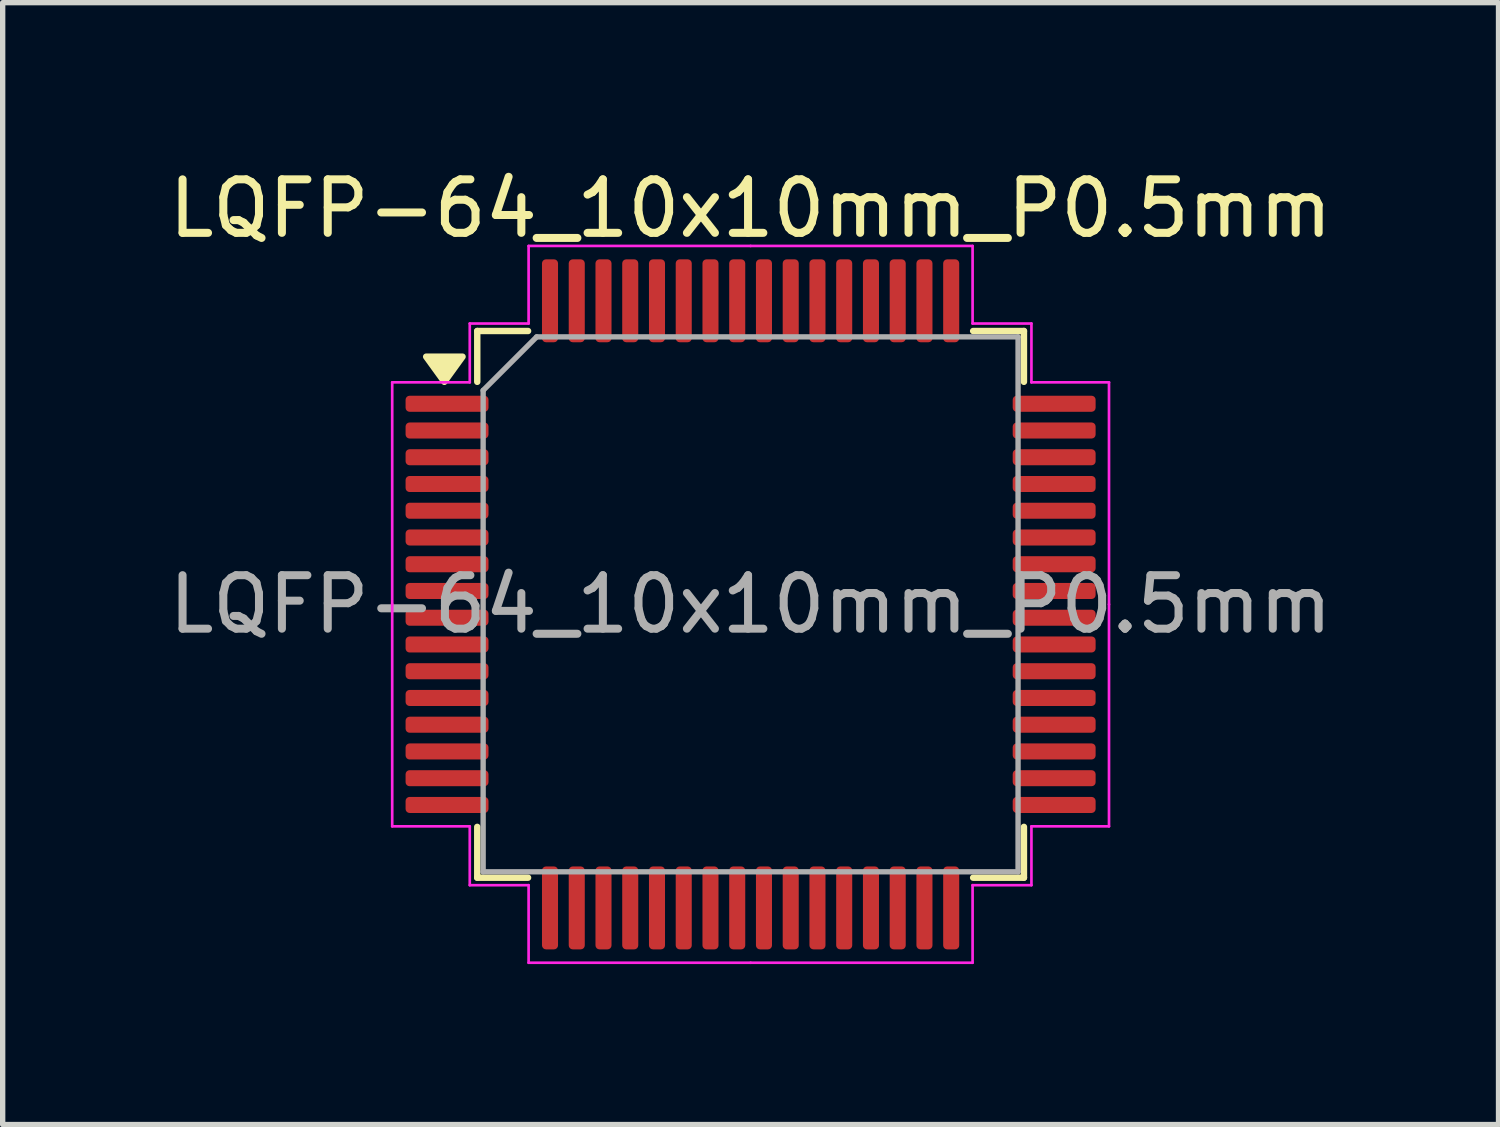
<source format=kicad_pcb>
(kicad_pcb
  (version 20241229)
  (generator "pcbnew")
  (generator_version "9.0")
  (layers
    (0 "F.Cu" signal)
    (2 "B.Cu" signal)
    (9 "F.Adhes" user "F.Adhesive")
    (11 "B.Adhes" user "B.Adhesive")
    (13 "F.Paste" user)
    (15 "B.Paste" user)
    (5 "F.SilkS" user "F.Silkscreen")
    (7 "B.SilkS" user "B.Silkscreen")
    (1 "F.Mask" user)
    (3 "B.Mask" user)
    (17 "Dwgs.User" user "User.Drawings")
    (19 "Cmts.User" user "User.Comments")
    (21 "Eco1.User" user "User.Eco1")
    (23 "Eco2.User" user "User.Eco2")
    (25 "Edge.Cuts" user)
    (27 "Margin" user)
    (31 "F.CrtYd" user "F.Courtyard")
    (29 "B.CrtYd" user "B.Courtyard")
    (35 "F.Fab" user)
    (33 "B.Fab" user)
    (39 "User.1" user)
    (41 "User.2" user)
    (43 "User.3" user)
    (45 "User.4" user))
  (footprint "LQFP-64_10x10mm_P0.5mm"
    (layer "F.Cu")
    (at 10.982 8.248)
    (property "Reference" "LQFP-64_10x10mm_P0.5mm" (at 0 -7.4 0) (layer "F.SilkS") (effects (font (size 1 1) (thickness 0.15))))
    (attr smd)
    (fp_line (start -5.11 -5.11) (end -5.11 -4.16) (stroke (width 0.12) (type solid)) (layer "F.SilkS"))
    (fp_line (start -5.11 5.11) (end -5.11 4.16) (stroke (width 0.12) (type solid)) (layer "F.SilkS"))
    (fp_line (start -4.16 -5.11) (end -5.11 -5.11) (stroke (width 0.12) (type solid)) (layer "F.SilkS"))
    (fp_line (start -4.16 5.11) (end -5.11 5.11) (stroke (width 0.12) (type solid)) (layer "F.SilkS"))
    (fp_line (start 4.16 -5.11) (end 5.11 -5.11) (stroke (width 0.12) (type solid)) (layer "F.SilkS"))
    (fp_line (start 4.16 5.11) (end 5.11 5.11) (stroke (width 0.12) (type solid)) (layer "F.SilkS"))
    (fp_line (start 5.11 -5.11) (end 5.11 -4.16) (stroke (width 0.12) (type solid)) (layer "F.SilkS"))
    (fp_line (start 5.11 5.11) (end 5.11 4.16) (stroke (width 0.12) (type solid)) (layer "F.SilkS"))
    (fp_poly (pts (xy -5.725 -4.16) (xy -6.065 -4.63) (xy -5.385 -4.63) (xy -5.725 -4.16)) (stroke (width 0.12) (type solid)) (fill yes) (layer "F.SilkS"))
    (fp_line (start -6.7 -4.15) (end -6.7 0) (stroke (width 0.05) (type solid)) (layer "F.CrtYd"))
    (fp_line (start -6.7 4.15) (end -6.7 0) (stroke (width 0.05) (type solid)) (layer "F.CrtYd"))
    (fp_line (start -5.25 -5.25) (end -5.25 -4.15) (stroke (width 0.05) (type solid)) (layer "F.CrtYd"))
    (fp_line (start -5.25 -4.15) (end -6.7 -4.15) (stroke (width 0.05) (type solid)) (layer "F.CrtYd"))
    (fp_line (start -5.25 4.15) (end -6.7 4.15) (stroke (width 0.05) (type solid)) (layer "F.CrtYd"))
    (fp_line (start -5.25 5.25) (end -5.25 4.15) (stroke (width 0.05) (type solid)) (layer "F.CrtYd"))
    (fp_line (start -4.15 -6.7) (end -4.15 -5.25) (stroke (width 0.05) (type solid)) (layer "F.CrtYd"))
    (fp_line (start -4.15 -5.25) (end -5.25 -5.25) (stroke (width 0.05) (type solid)) (layer "F.CrtYd"))
    (fp_line (start -4.15 5.25) (end -5.25 5.25) (stroke (width 0.05) (type solid)) (layer "F.CrtYd"))
    (fp_line (start -4.15 6.7) (end -4.15 5.25) (stroke (width 0.05) (type solid)) (layer "F.CrtYd"))
    (fp_line (start 0 -6.7) (end -4.15 -6.7) (stroke (width 0.05) (type solid)) (layer "F.CrtYd"))
    (fp_line (start 0 -6.7) (end 4.15 -6.7) (stroke (width 0.05) (type solid)) (layer "F.CrtYd"))
    (fp_line (start 0 6.7) (end -4.15 6.7) (stroke (width 0.05) (type solid)) (layer "F.CrtYd"))
    (fp_line (start 0 6.7) (end 4.15 6.7) (stroke (width 0.05) (type solid)) (layer "F.CrtYd"))
    (fp_line (start 4.15 -6.7) (end 4.15 -5.25) (stroke (width 0.05) (type solid)) (layer "F.CrtYd"))
    (fp_line (start 4.15 -5.25) (end 5.25 -5.25) (stroke (width 0.05) (type solid)) (layer "F.CrtYd"))
    (fp_line (start 4.15 5.25) (end 5.25 5.25) (stroke (width 0.05) (type solid)) (layer "F.CrtYd"))
    (fp_line (start 4.15 6.7) (end 4.15 5.25) (stroke (width 0.05) (type solid)) (layer "F.CrtYd"))
    (fp_line (start 5.25 -5.25) (end 5.25 -4.15) (stroke (width 0.05) (type solid)) (layer "F.CrtYd"))
    (fp_line (start 5.25 -4.15) (end 6.7 -4.15) (stroke (width 0.05) (type solid)) (layer "F.CrtYd"))
    (fp_line (start 5.25 4.15) (end 6.7 4.15) (stroke (width 0.05) (type solid)) (layer "F.CrtYd"))
    (fp_line (start 5.25 5.25) (end 5.25 4.15) (stroke (width 0.05) (type solid)) (layer "F.CrtYd"))
    (fp_line (start 6.7 -4.15) (end 6.7 0) (stroke (width 0.05) (type solid)) (layer "F.CrtYd"))
    (fp_line (start 6.7 4.15) (end 6.7 0) (stroke (width 0.05) (type solid)) (layer "F.CrtYd"))
    (fp_line (start -5 -4) (end -4 -5) (stroke (width 0.1) (type solid)) (layer "F.Fab"))
    (fp_line (start -5 5) (end -5 -4) (stroke (width 0.1) (type solid)) (layer "F.Fab"))
    (fp_line (start -4 -5) (end 5 -5) (stroke (width 0.1) (type solid)) (layer "F.Fab"))
    (fp_line (start 5 -5) (end 5 5) (stroke (width 0.1) (type solid)) (layer "F.Fab"))
    (fp_line (start 5 5) (end -5 5) (stroke (width 0.1) (type solid)) (layer "F.Fab"))
    (fp_text user "${REFERENCE}" (at 0 0 0) (layer "F.Fab") (effects (font (size 1 1) (thickness 0.15))))
    (pad "1" smd roundrect (at -5.675 -3.75) (size 1.55 0.3) (layers "F.Cu" "F.Mask" "F.Paste") (roundrect_rratio 0.25))
    (pad "2" smd roundrect (at -5.675 -3.25) (size 1.55 0.3) (layers "F.Cu" "F.Mask" "F.Paste") (roundrect_rratio 0.25))
    (pad "3" smd roundrect (at -5.675 -2.75) (size 1.55 0.3) (layers "F.Cu" "F.Mask" "F.Paste") (roundrect_rratio 0.25))
    (pad "4" smd roundrect (at -5.675 -2.25) (size 1.55 0.3) (layers "F.Cu" "F.Mask" "F.Paste") (roundrect_rratio 0.25))
    (pad "5" smd roundrect (at -5.675 -1.75) (size 1.55 0.3) (layers "F.Cu" "F.Mask" "F.Paste") (roundrect_rratio 0.25))
    (pad "6" smd roundrect (at -5.675 -1.25) (size 1.55 0.3) (layers "F.Cu" "F.Mask" "F.Paste") (roundrect_rratio 0.25))
    (pad "7" smd roundrect (at -5.675 -0.75) (size 1.55 0.3) (layers "F.Cu" "F.Mask" "F.Paste") (roundrect_rratio 0.25))
    (pad "8" smd roundrect (at -5.675 -0.25) (size 1.55 0.3) (layers "F.Cu" "F.Mask" "F.Paste") (roundrect_rratio 0.25))
    (pad "9" smd roundrect (at -5.675 0.25) (size 1.55 0.3) (layers "F.Cu" "F.Mask" "F.Paste") (roundrect_rratio 0.25))
    (pad "10" smd roundrect (at -5.675 0.75) (size 1.55 0.3) (layers "F.Cu" "F.Mask" "F.Paste") (roundrect_rratio 0.25))
    (pad "11" smd roundrect (at -5.675 1.25) (size 1.55 0.3) (layers "F.Cu" "F.Mask" "F.Paste") (roundrect_rratio 0.25))
    (pad "12" smd roundrect (at -5.675 1.75) (size 1.55 0.3) (layers "F.Cu" "F.Mask" "F.Paste") (roundrect_rratio 0.25))
    (pad "13" smd roundrect (at -5.675 2.25) (size 1.55 0.3) (layers "F.Cu" "F.Mask" "F.Paste") (roundrect_rratio 0.25))
    (pad "14" smd roundrect (at -5.675 2.75) (size 1.55 0.3) (layers "F.Cu" "F.Mask" "F.Paste") (roundrect_rratio 0.25))
    (pad "15" smd roundrect (at -5.675 3.25) (size 1.55 0.3) (layers "F.Cu" "F.Mask" "F.Paste") (roundrect_rratio 0.25))
    (pad "16" smd roundrect (at -5.675 3.75) (size 1.55 0.3) (layers "F.Cu" "F.Mask" "F.Paste") (roundrect_rratio 0.25))
    (pad "17" smd roundrect (at -3.75 5.675) (size 0.3 1.55) (layers "F.Cu" "F.Mask" "F.Paste") (roundrect_rratio 0.25))
    (pad "18" smd roundrect (at -3.25 5.675) (size 0.3 1.55) (layers "F.Cu" "F.Mask" "F.Paste") (roundrect_rratio 0.25))
    (pad "19" smd roundrect (at -2.75 5.675) (size 0.3 1.55) (layers "F.Cu" "F.Mask" "F.Paste") (roundrect_rratio 0.25))
    (pad "20" smd roundrect (at -2.25 5.675) (size 0.3 1.55) (layers "F.Cu" "F.Mask" "F.Paste") (roundrect_rratio 0.25))
    (pad "21" smd roundrect (at -1.75 5.675) (size 0.3 1.55) (layers "F.Cu" "F.Mask" "F.Paste") (roundrect_rratio 0.25))
    (pad "22" smd roundrect (at -1.25 5.675) (size 0.3 1.55) (layers "F.Cu" "F.Mask" "F.Paste") (roundrect_rratio 0.25))
    (pad "23" smd roundrect (at -0.75 5.675) (size 0.3 1.55) (layers "F.Cu" "F.Mask" "F.Paste") (roundrect_rratio 0.25))
    (pad "24" smd roundrect (at -0.25 5.675) (size 0.3 1.55) (layers "F.Cu" "F.Mask" "F.Paste") (roundrect_rratio 0.25))
    (pad "25" smd roundrect (at 0.25 5.675) (size 0.3 1.55) (layers "F.Cu" "F.Mask" "F.Paste") (roundrect_rratio 0.25))
    (pad "26" smd roundrect (at 0.75 5.675) (size 0.3 1.55) (layers "F.Cu" "F.Mask" "F.Paste") (roundrect_rratio 0.25))
    (pad "27" smd roundrect (at 1.25 5.675) (size 0.3 1.55) (layers "F.Cu" "F.Mask" "F.Paste") (roundrect_rratio 0.25))
    (pad "28" smd roundrect (at 1.75 5.675) (size 0.3 1.55) (layers "F.Cu" "F.Mask" "F.Paste") (roundrect_rratio 0.25))
    (pad "29" smd roundrect (at 2.25 5.675) (size 0.3 1.55) (layers "F.Cu" "F.Mask" "F.Paste") (roundrect_rratio 0.25))
    (pad "30" smd roundrect (at 2.75 5.675) (size 0.3 1.55) (layers "F.Cu" "F.Mask" "F.Paste") (roundrect_rratio 0.25))
    (pad "31" smd roundrect (at 3.25 5.675) (size 0.3 1.55) (layers "F.Cu" "F.Mask" "F.Paste") (roundrect_rratio 0.25))
    (pad "32" smd roundrect (at 3.75 5.675) (size 0.3 1.55) (layers "F.Cu" "F.Mask" "F.Paste") (roundrect_rratio 0.25))
    (pad "33" smd roundrect (at 5.675 3.75) (size 1.55 0.3) (layers "F.Cu" "F.Mask" "F.Paste") (roundrect_rratio 0.25))
    (pad "34" smd roundrect (at 5.675 3.25) (size 1.55 0.3) (layers "F.Cu" "F.Mask" "F.Paste") (roundrect_rratio 0.25))
    (pad "35" smd roundrect (at 5.675 2.75) (size 1.55 0.3) (layers "F.Cu" "F.Mask" "F.Paste") (roundrect_rratio 0.25))
    (pad "36" smd roundrect (at 5.675 2.25) (size 1.55 0.3) (layers "F.Cu" "F.Mask" "F.Paste") (roundrect_rratio 0.25))
    (pad "37" smd roundrect (at 5.675 1.75) (size 1.55 0.3) (layers "F.Cu" "F.Mask" "F.Paste") (roundrect_rratio 0.25))
    (pad "38" smd roundrect (at 5.675 1.25) (size 1.55 0.3) (layers "F.Cu" "F.Mask" "F.Paste") (roundrect_rratio 0.25))
    (pad "39" smd roundrect (at 5.675 0.75) (size 1.55 0.3) (layers "F.Cu" "F.Mask" "F.Paste") (roundrect_rratio 0.25))
    (pad "40" smd roundrect (at 5.675 0.25) (size 1.55 0.3) (layers "F.Cu" "F.Mask" "F.Paste") (roundrect_rratio 0.25))
    (pad "41" smd roundrect (at 5.675 -0.25) (size 1.55 0.3) (layers "F.Cu" "F.Mask" "F.Paste") (roundrect_rratio 0.25))
    (pad "42" smd roundrect (at 5.675 -0.75) (size 1.55 0.3) (layers "F.Cu" "F.Mask" "F.Paste") (roundrect_rratio 0.25))
    (pad "43" smd roundrect (at 5.675 -1.25) (size 1.55 0.3) (layers "F.Cu" "F.Mask" "F.Paste") (roundrect_rratio 0.25))
    (pad "44" smd roundrect (at 5.675 -1.75) (size 1.55 0.3) (layers "F.Cu" "F.Mask" "F.Paste") (roundrect_rratio 0.25))
    (pad "45" smd roundrect (at 5.675 -2.25) (size 1.55 0.3) (layers "F.Cu" "F.Mask" "F.Paste") (roundrect_rratio 0.25))
    (pad "46" smd roundrect (at 5.675 -2.75) (size 1.55 0.3) (layers "F.Cu" "F.Mask" "F.Paste") (roundrect_rratio 0.25))
    (pad "47" smd roundrect (at 5.675 -3.25) (size 1.55 0.3) (layers "F.Cu" "F.Mask" "F.Paste") (roundrect_rratio 0.25))
    (pad "48" smd roundrect (at 5.675 -3.75) (size 1.55 0.3) (layers "F.Cu" "F.Mask" "F.Paste") (roundrect_rratio 0.25))
    (pad "49" smd roundrect (at 3.75 -5.675) (size 0.3 1.55) (layers "F.Cu" "F.Mask" "F.Paste") (roundrect_rratio 0.25))
    (pad "50" smd roundrect (at 3.25 -5.675) (size 0.3 1.55) (layers "F.Cu" "F.Mask" "F.Paste") (roundrect_rratio 0.25))
    (pad "51" smd roundrect (at 2.75 -5.675) (size 0.3 1.55) (layers "F.Cu" "F.Mask" "F.Paste") (roundrect_rratio 0.25))
    (pad "52" smd roundrect (at 2.25 -5.675) (size 0.3 1.55) (layers "F.Cu" "F.Mask" "F.Paste") (roundrect_rratio 0.25))
    (pad "53" smd roundrect (at 1.75 -5.675) (size 0.3 1.55) (layers "F.Cu" "F.Mask" "F.Paste") (roundrect_rratio 0.25))
    (pad "54" smd roundrect (at 1.25 -5.675) (size 0.3 1.55) (layers "F.Cu" "F.Mask" "F.Paste") (roundrect_rratio 0.25))
    (pad "55" smd roundrect (at 0.75 -5.675) (size 0.3 1.55) (layers "F.Cu" "F.Mask" "F.Paste") (roundrect_rratio 0.25))
    (pad "56" smd roundrect (at 0.25 -5.675) (size 0.3 1.55) (layers "F.Cu" "F.Mask" "F.Paste") (roundrect_rratio 0.25))
    (pad "57" smd roundrect (at -0.25 -5.675) (size 0.3 1.55) (layers "F.Cu" "F.Mask" "F.Paste") (roundrect_rratio 0.25))
    (pad "58" smd roundrect (at -0.75 -5.675) (size 0.3 1.55) (layers "F.Cu" "F.Mask" "F.Paste") (roundrect_rratio 0.25))
    (pad "59" smd roundrect (at -1.25 -5.675) (size 0.3 1.55) (layers "F.Cu" "F.Mask" "F.Paste") (roundrect_rratio 0.25))
    (pad "60" smd roundrect (at -1.75 -5.675) (size 0.3 1.55) (layers "F.Cu" "F.Mask" "F.Paste") (roundrect_rratio 0.25))
    (pad "61" smd roundrect (at -2.25 -5.675) (size 0.3 1.55) (layers "F.Cu" "F.Mask" "F.Paste") (roundrect_rratio 0.25))
    (pad "62" smd roundrect (at -2.75 -5.675) (size 0.3 1.55) (layers "F.Cu" "F.Mask" "F.Paste") (roundrect_rratio 0.25))
    (pad "63" smd roundrect (at -3.25 -5.675) (size 0.3 1.55) (layers "F.Cu" "F.Mask" "F.Paste") (roundrect_rratio 0.25))
    (pad "64" smd roundrect (at -3.75 -5.675) (size 0.3 1.55) (layers "F.Cu" "F.Mask" "F.Paste") (roundrect_rratio 0.25)))
  (gr_rect
    (start -3 -3)
    (end 24.964 17.973)
    (stroke (width 0.1) (type default))
    (fill no)
    (layer "Edge.Cuts")))
</source>
